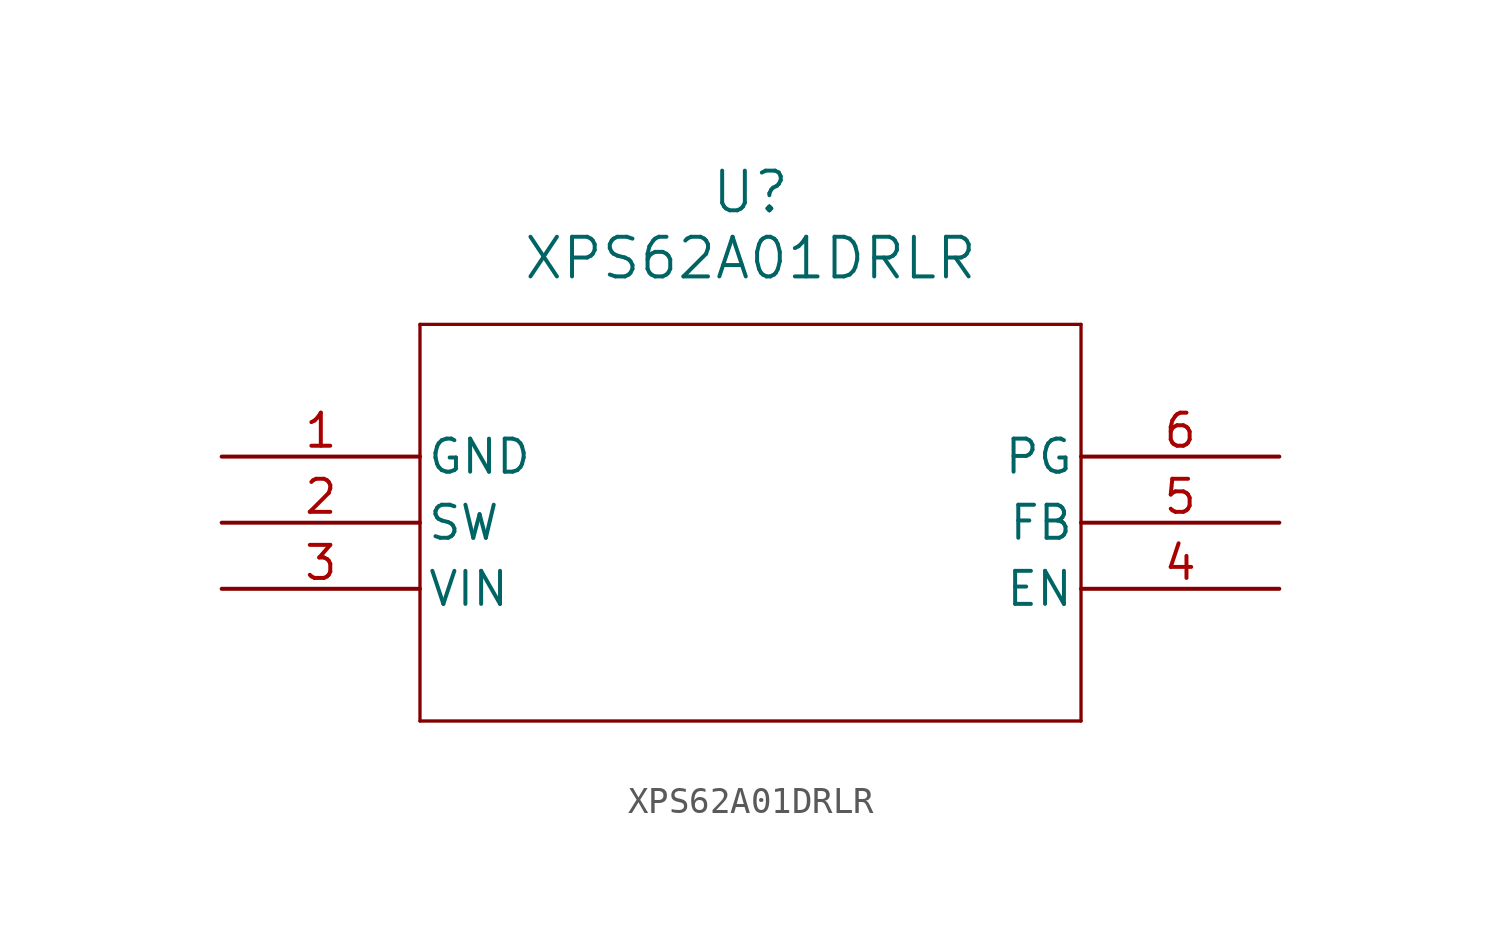
<source format=kicad_sym>
(kicad_symbol_lib
  (version 20211014)
  (generator kicad_symbol_editor)
  (symbol "XPS62A01DRLR"
    (pin_names
      (offset 0.254))
    (property "Reference" "U"
      (at 20.32 10.16 0)
      (effects (font (size 1.524 1.524))))
    (property "Value" "XPS62A01DRLR"
      (at 20.32 7.62 0)
      (effects (font (size 1.524 1.524))))
    (symbol "XPS62A01DRLR_0_1"
      (polyline (pts (xy 7.62 5.08) (xy 7.62 -10.16)) (stroke (width 0.127) (type default) (color 0 0 0 0)) (fill (type none)))
      (polyline (pts (xy 7.62 -10.16) (xy 33.02 -10.16)) (stroke (width 0.127) (type default) (color 0 0 0 0)) (fill (type none)))
      (polyline (pts (xy 33.02 -10.16) (xy 33.02 5.08)) (stroke (width 0.127) (type default) (color 0 0 0 0)) (fill (type none)))
      (polyline (pts (xy 33.02 5.08) (xy 7.62 5.08)) (stroke (width 0.127) (type default) (color 0 0 0 0)) (fill (type none)))
      (pin power_out line (at 0 0 0) (length 7.62) (name "GND" (effects (font (size 1.27 1.27)))) (number "1" (effects (font (size 1.27 1.27)))))
      (pin output line (at 0 -2.54 0) (length 7.62) (name "SW" (effects (font (size 1.27 1.27)))) (number "2" (effects (font (size 1.27 1.27)))))
      (pin power_in line (at 0 -5.08 0) (length 7.62) (name "VIN" (effects (font (size 1.27 1.27)))) (number "3" (effects (font (size 1.27 1.27)))))
      (pin input line (at 40.64 -5.08 180) (length 7.62) (name "EN" (effects (font (size 1.27 1.27)))) (number "4" (effects (font (size 1.27 1.27)))))
      (pin input line (at 40.64 -2.54 180) (length 7.62) (name "FB" (effects (font (size 1.27 1.27)))) (number "5" (effects (font (size 1.27 1.27)))))
      (pin output line (at 40.64 0 180) (length 7.62) (name "PG" (effects (font (size 1.27 1.27)))) (number "6" (effects (font (size 1.27 1.27))))))))
</source>
